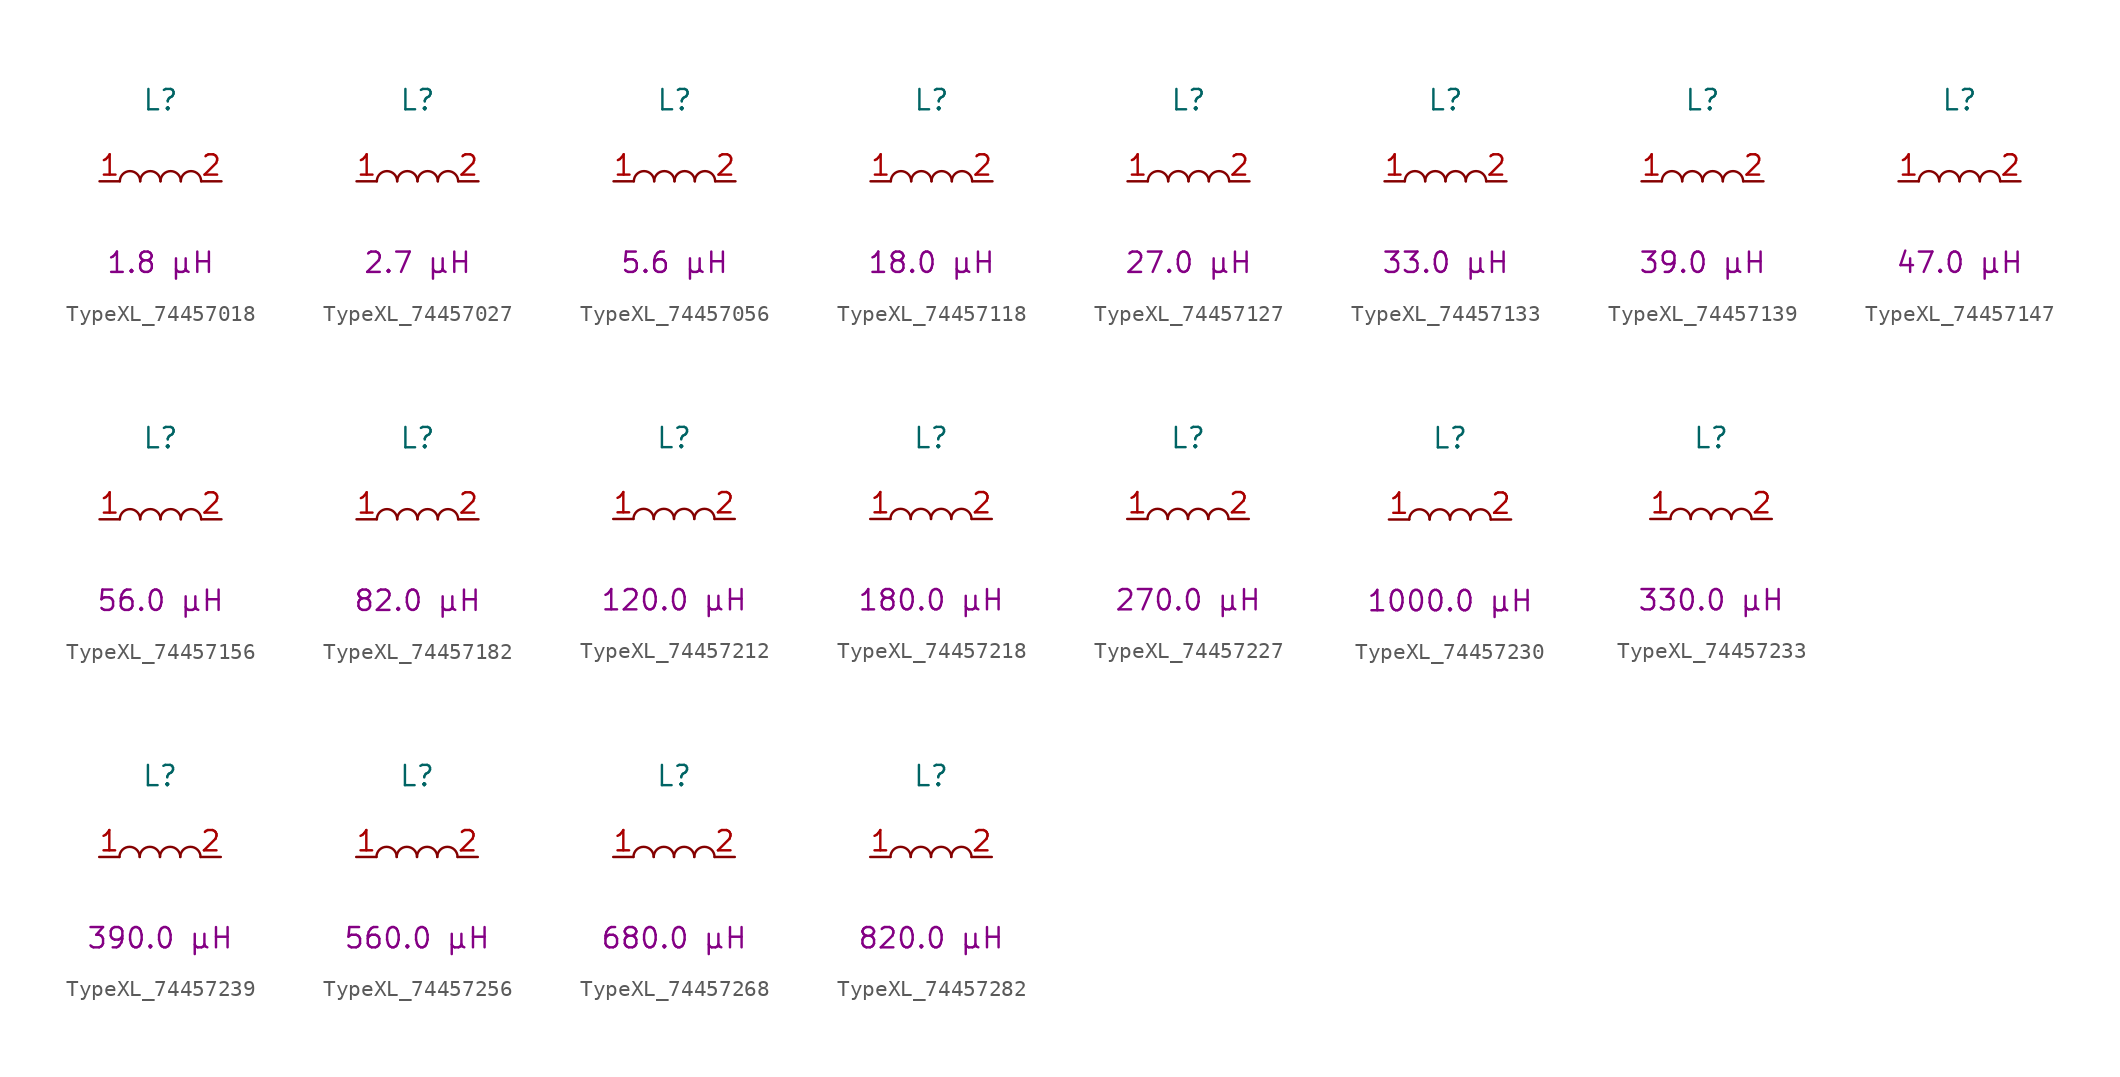
<source format=kicad_sym>
(kicad_symbol_lib
  (version 20220914)
  (generator kicad_symbol_editor)
  (symbol "TypeXL_74457018"
    (pin_names hide)
    (property "Reference" "L"
      (at 0 5.08 0)
      (effects (font (size 1.27 1.27))))
    (property "Critical Parameter" "1.8 µH"
      (at 0 -5.08 0)
      (effects (font (size 1.27 1.27))))
    (symbol "TypeXL_74457018_0_1"
      (arc (start -1.27 0) (mid -1.905 0.6323) (end -2.54 0) (stroke (width 0) (type default)) (fill (type none)))
      (arc (start 0 0) (mid -0.635 0.6323) (end -1.27 0) (stroke (width 0) (type default)) (fill (type none)))
      (arc (start 1.27 0) (mid 0.635 0.6323) (end 0 0) (stroke (width 0) (type default)) (fill (type none)))
      (arc (start 2.54 0) (mid 1.905 0.6323) (end 1.27 0) (stroke (width 0) (type default)) (fill (type none))))
    (symbol "TypeXL_74457018_1_1"
      (pin passive line (at -3.81 0 0) (length 1.27) (name "1" (effects (font (size 1.27 1.27)))) (number "1" (effects (font (size 1.27 1.27)))))
      (pin passive line (at 3.81 0 180) (length 1.27) (name "2" (effects (font (size 1.27 1.27)))) (number "2" (effects (font (size 1.27 1.27)))))))
  (symbol "TypeXL_74457027"
    (pin_names hide)
    (property "Reference" "L"
      (at 0 5.08 0)
      (effects (font (size 1.27 1.27))))
    (property "Critical Parameter" "2.7 µH"
      (at 0 -5.08 0)
      (effects (font (size 1.27 1.27))))
    (symbol "TypeXL_74457027_0_1"
      (arc (start -1.27 0) (mid -1.905 0.6323) (end -2.54 0) (stroke (width 0) (type default)) (fill (type none)))
      (arc (start 0 0) (mid -0.635 0.6323) (end -1.27 0) (stroke (width 0) (type default)) (fill (type none)))
      (arc (start 1.27 0) (mid 0.635 0.6323) (end 0 0) (stroke (width 0) (type default)) (fill (type none)))
      (arc (start 2.54 0) (mid 1.905 0.6323) (end 1.27 0) (stroke (width 0) (type default)) (fill (type none))))
    (symbol "TypeXL_74457027_1_1"
      (pin passive line (at -3.81 0 0) (length 1.27) (name "1" (effects (font (size 1.27 1.27)))) (number "1" (effects (font (size 1.27 1.27)))))
      (pin passive line (at 3.81 0 180) (length 1.27) (name "2" (effects (font (size 1.27 1.27)))) (number "2" (effects (font (size 1.27 1.27)))))))
  (symbol "TypeXL_74457056"
    (pin_names hide)
    (property "Reference" "L"
      (at 0 5.08 0)
      (effects (font (size 1.27 1.27))))
    (property "Critical Parameter" "5.6 µH"
      (at 0 -5.08 0)
      (effects (font (size 1.27 1.27))))
    (symbol "TypeXL_74457056_0_1"
      (arc (start -1.27 0) (mid -1.905 0.6323) (end -2.54 0) (stroke (width 0) (type default)) (fill (type none)))
      (arc (start 0 0) (mid -0.635 0.6323) (end -1.27 0) (stroke (width 0) (type default)) (fill (type none)))
      (arc (start 1.27 0) (mid 0.635 0.6323) (end 0 0) (stroke (width 0) (type default)) (fill (type none)))
      (arc (start 2.54 0) (mid 1.905 0.6323) (end 1.27 0) (stroke (width 0) (type default)) (fill (type none))))
    (symbol "TypeXL_74457056_1_1"
      (pin passive line (at -3.81 0 0) (length 1.27) (name "1" (effects (font (size 1.27 1.27)))) (number "1" (effects (font (size 1.27 1.27)))))
      (pin passive line (at 3.81 0 180) (length 1.27) (name "2" (effects (font (size 1.27 1.27)))) (number "2" (effects (font (size 1.27 1.27)))))))
  (symbol "TypeXL_74457118"
    (pin_names hide)
    (property "Reference" "L"
      (at 0 5.08 0)
      (effects (font (size 1.27 1.27))))
    (property "Critical Parameter" "18.0 µH"
      (at 0 -5.08 0)
      (effects (font (size 1.27 1.27))))
    (symbol "TypeXL_74457118_0_1"
      (arc (start -1.27 0) (mid -1.905 0.6323) (end -2.54 0) (stroke (width 0) (type default)) (fill (type none)))
      (arc (start 0 0) (mid -0.635 0.6323) (end -1.27 0) (stroke (width 0) (type default)) (fill (type none)))
      (arc (start 1.27 0) (mid 0.635 0.6323) (end 0 0) (stroke (width 0) (type default)) (fill (type none)))
      (arc (start 2.54 0) (mid 1.905 0.6323) (end 1.27 0) (stroke (width 0) (type default)) (fill (type none))))
    (symbol "TypeXL_74457118_1_1"
      (pin passive line (at -3.81 0 0) (length 1.27) (name "1" (effects (font (size 1.27 1.27)))) (number "1" (effects (font (size 1.27 1.27)))))
      (pin passive line (at 3.81 0 180) (length 1.27) (name "2" (effects (font (size 1.27 1.27)))) (number "2" (effects (font (size 1.27 1.27)))))))
  (symbol "TypeXL_74457127"
    (pin_names hide)
    (property "Reference" "L"
      (at 0 5.08 0)
      (effects (font (size 1.27 1.27))))
    (property "Critical Parameter" "27.0 µH"
      (at 0 -5.08 0)
      (effects (font (size 1.27 1.27))))
    (symbol "TypeXL_74457127_0_1"
      (arc (start -1.27 0) (mid -1.905 0.6323) (end -2.54 0) (stroke (width 0) (type default)) (fill (type none)))
      (arc (start 0 0) (mid -0.635 0.6323) (end -1.27 0) (stroke (width 0) (type default)) (fill (type none)))
      (arc (start 1.27 0) (mid 0.635 0.6323) (end 0 0) (stroke (width 0) (type default)) (fill (type none)))
      (arc (start 2.54 0) (mid 1.905 0.6323) (end 1.27 0) (stroke (width 0) (type default)) (fill (type none))))
    (symbol "TypeXL_74457127_1_1"
      (pin passive line (at -3.81 0 0) (length 1.27) (name "1" (effects (font (size 1.27 1.27)))) (number "1" (effects (font (size 1.27 1.27)))))
      (pin passive line (at 3.81 0 180) (length 1.27) (name "2" (effects (font (size 1.27 1.27)))) (number "2" (effects (font (size 1.27 1.27)))))))
  (symbol "TypeXL_74457133"
    (pin_names hide)
    (property "Reference" "L"
      (at 0 5.08 0)
      (effects (font (size 1.27 1.27))))
    (property "Critical Parameter" "33.0 µH"
      (at 0 -5.08 0)
      (effects (font (size 1.27 1.27))))
    (symbol "TypeXL_74457133_0_1"
      (arc (start -1.27 0) (mid -1.905 0.6323) (end -2.54 0) (stroke (width 0) (type default)) (fill (type none)))
      (arc (start 0 0) (mid -0.635 0.6323) (end -1.27 0) (stroke (width 0) (type default)) (fill (type none)))
      (arc (start 1.27 0) (mid 0.635 0.6323) (end 0 0) (stroke (width 0) (type default)) (fill (type none)))
      (arc (start 2.54 0) (mid 1.905 0.6323) (end 1.27 0) (stroke (width 0) (type default)) (fill (type none))))
    (symbol "TypeXL_74457133_1_1"
      (pin passive line (at -3.81 0 0) (length 1.27) (name "1" (effects (font (size 1.27 1.27)))) (number "1" (effects (font (size 1.27 1.27)))))
      (pin passive line (at 3.81 0 180) (length 1.27) (name "2" (effects (font (size 1.27 1.27)))) (number "2" (effects (font (size 1.27 1.27)))))))
  (symbol "TypeXL_74457139"
    (pin_names hide)
    (property "Reference" "L"
      (at 0 5.08 0)
      (effects (font (size 1.27 1.27))))
    (property "Critical Parameter" "39.0 µH"
      (at 0 -5.08 0)
      (effects (font (size 1.27 1.27))))
    (symbol "TypeXL_74457139_0_1"
      (arc (start -1.27 0) (mid -1.905 0.6323) (end -2.54 0) (stroke (width 0) (type default)) (fill (type none)))
      (arc (start 0 0) (mid -0.635 0.6323) (end -1.27 0) (stroke (width 0) (type default)) (fill (type none)))
      (arc (start 1.27 0) (mid 0.635 0.6323) (end 0 0) (stroke (width 0) (type default)) (fill (type none)))
      (arc (start 2.54 0) (mid 1.905 0.6323) (end 1.27 0) (stroke (width 0) (type default)) (fill (type none))))
    (symbol "TypeXL_74457139_1_1"
      (pin passive line (at -3.81 0 0) (length 1.27) (name "1" (effects (font (size 1.27 1.27)))) (number "1" (effects (font (size 1.27 1.27)))))
      (pin passive line (at 3.81 0 180) (length 1.27) (name "2" (effects (font (size 1.27 1.27)))) (number "2" (effects (font (size 1.27 1.27)))))))
  (symbol "TypeXL_74457147"
    (pin_names hide)
    (property "Reference" "L"
      (at 0 5.08 0)
      (effects (font (size 1.27 1.27))))
    (property "Critical Parameter" "47.0 µH"
      (at 0 -5.08 0)
      (effects (font (size 1.27 1.27))))
    (symbol "TypeXL_74457147_0_1"
      (arc (start -1.27 0) (mid -1.905 0.6323) (end -2.54 0) (stroke (width 0) (type default)) (fill (type none)))
      (arc (start 0 0) (mid -0.635 0.6323) (end -1.27 0) (stroke (width 0) (type default)) (fill (type none)))
      (arc (start 1.27 0) (mid 0.635 0.6323) (end 0 0) (stroke (width 0) (type default)) (fill (type none)))
      (arc (start 2.54 0) (mid 1.905 0.6323) (end 1.27 0) (stroke (width 0) (type default)) (fill (type none))))
    (symbol "TypeXL_74457147_1_1"
      (pin passive line (at -3.81 0 0) (length 1.27) (name "1" (effects (font (size 1.27 1.27)))) (number "1" (effects (font (size 1.27 1.27)))))
      (pin passive line (at 3.81 0 180) (length 1.27) (name "2" (effects (font (size 1.27 1.27)))) (number "2" (effects (font (size 1.27 1.27)))))))
  (symbol "TypeXL_74457156"
    (pin_names hide)
    (property "Reference" "L"
      (at 0 5.08 0)
      (effects (font (size 1.27 1.27))))
    (property "Critical Parameter" "56.0 µH"
      (at 0 -5.08 0)
      (effects (font (size 1.27 1.27))))
    (symbol "TypeXL_74457156_0_1"
      (arc (start -1.27 0) (mid -1.905 0.6323) (end -2.54 0) (stroke (width 0) (type default)) (fill (type none)))
      (arc (start 0 0) (mid -0.635 0.6323) (end -1.27 0) (stroke (width 0) (type default)) (fill (type none)))
      (arc (start 1.27 0) (mid 0.635 0.6323) (end 0 0) (stroke (width 0) (type default)) (fill (type none)))
      (arc (start 2.54 0) (mid 1.905 0.6323) (end 1.27 0) (stroke (width 0) (type default)) (fill (type none))))
    (symbol "TypeXL_74457156_1_1"
      (pin passive line (at -3.81 0 0) (length 1.27) (name "1" (effects (font (size 1.27 1.27)))) (number "1" (effects (font (size 1.27 1.27)))))
      (pin passive line (at 3.81 0 180) (length 1.27) (name "2" (effects (font (size 1.27 1.27)))) (number "2" (effects (font (size 1.27 1.27)))))))
  (symbol "TypeXL_74457182"
    (pin_names hide)
    (property "Reference" "L"
      (at 0 5.08 0)
      (effects (font (size 1.27 1.27))))
    (property "Critical Parameter" "82.0 µH"
      (at 0 -5.08 0)
      (effects (font (size 1.27 1.27))))
    (symbol "TypeXL_74457182_0_1"
      (arc (start -1.27 0) (mid -1.905 0.6323) (end -2.54 0) (stroke (width 0) (type default)) (fill (type none)))
      (arc (start 0 0) (mid -0.635 0.6323) (end -1.27 0) (stroke (width 0) (type default)) (fill (type none)))
      (arc (start 1.27 0) (mid 0.635 0.6323) (end 0 0) (stroke (width 0) (type default)) (fill (type none)))
      (arc (start 2.54 0) (mid 1.905 0.6323) (end 1.27 0) (stroke (width 0) (type default)) (fill (type none))))
    (symbol "TypeXL_74457182_1_1"
      (pin passive line (at -3.81 0 0) (length 1.27) (name "1" (effects (font (size 1.27 1.27)))) (number "1" (effects (font (size 1.27 1.27)))))
      (pin passive line (at 3.81 0 180) (length 1.27) (name "2" (effects (font (size 1.27 1.27)))) (number "2" (effects (font (size 1.27 1.27)))))))
  (symbol "TypeXL_74457212"
    (pin_names hide)
    (property "Reference" "L"
      (at 0 5.08 0)
      (effects (font (size 1.27 1.27))))
    (property "Critical Parameter" "120.0 µH"
      (at 0 -5.08 0)
      (effects (font (size 1.27 1.27))))
    (symbol "TypeXL_74457212_0_1"
      (arc (start -1.27 0) (mid -1.905 0.6323) (end -2.54 0) (stroke (width 0) (type default)) (fill (type none)))
      (arc (start 0 0) (mid -0.635 0.6323) (end -1.27 0) (stroke (width 0) (type default)) (fill (type none)))
      (arc (start 1.27 0) (mid 0.635 0.6323) (end 0 0) (stroke (width 0) (type default)) (fill (type none)))
      (arc (start 2.54 0) (mid 1.905 0.6323) (end 1.27 0) (stroke (width 0) (type default)) (fill (type none))))
    (symbol "TypeXL_74457212_1_1"
      (pin passive line (at -3.81 0 0) (length 1.27) (name "1" (effects (font (size 1.27 1.27)))) (number "1" (effects (font (size 1.27 1.27)))))
      (pin passive line (at 3.81 0 180) (length 1.27) (name "2" (effects (font (size 1.27 1.27)))) (number "2" (effects (font (size 1.27 1.27)))))))
  (symbol "TypeXL_74457218"
    (pin_names hide)
    (property "Reference" "L"
      (at 0 5.08 0)
      (effects (font (size 1.27 1.27))))
    (property "Critical Parameter" "180.0 µH"
      (at 0 -5.08 0)
      (effects (font (size 1.27 1.27))))
    (symbol "TypeXL_74457218_0_1"
      (arc (start -1.27 0) (mid -1.905 0.6323) (end -2.54 0) (stroke (width 0) (type default)) (fill (type none)))
      (arc (start 0 0) (mid -0.635 0.6323) (end -1.27 0) (stroke (width 0) (type default)) (fill (type none)))
      (arc (start 1.27 0) (mid 0.635 0.6323) (end 0 0) (stroke (width 0) (type default)) (fill (type none)))
      (arc (start 2.54 0) (mid 1.905 0.6323) (end 1.27 0) (stroke (width 0) (type default)) (fill (type none))))
    (symbol "TypeXL_74457218_1_1"
      (pin passive line (at -3.81 0 0) (length 1.27) (name "1" (effects (font (size 1.27 1.27)))) (number "1" (effects (font (size 1.27 1.27)))))
      (pin passive line (at 3.81 0 180) (length 1.27) (name "2" (effects (font (size 1.27 1.27)))) (number "2" (effects (font (size 1.27 1.27)))))))
  (symbol "TypeXL_74457227"
    (pin_names hide)
    (property "Reference" "L"
      (at 0 5.08 0)
      (effects (font (size 1.27 1.27))))
    (property "Critical Parameter" "270.0 µH"
      (at 0 -5.08 0)
      (effects (font (size 1.27 1.27))))
    (symbol "TypeXL_74457227_0_1"
      (arc (start -1.27 0) (mid -1.905 0.6323) (end -2.54 0) (stroke (width 0) (type default)) (fill (type none)))
      (arc (start 0 0) (mid -0.635 0.6323) (end -1.27 0) (stroke (width 0) (type default)) (fill (type none)))
      (arc (start 1.27 0) (mid 0.635 0.6323) (end 0 0) (stroke (width 0) (type default)) (fill (type none)))
      (arc (start 2.54 0) (mid 1.905 0.6323) (end 1.27 0) (stroke (width 0) (type default)) (fill (type none))))
    (symbol "TypeXL_74457227_1_1"
      (pin passive line (at -3.81 0 0) (length 1.27) (name "1" (effects (font (size 1.27 1.27)))) (number "1" (effects (font (size 1.27 1.27)))))
      (pin passive line (at 3.81 0 180) (length 1.27) (name "2" (effects (font (size 1.27 1.27)))) (number "2" (effects (font (size 1.27 1.27)))))))
  (symbol "TypeXL_74457230"
    (pin_names hide)
    (property "Reference" "L"
      (at 0 5.08 0)
      (effects (font (size 1.27 1.27))))
    (property "Critical Parameter" "1000.0 µH"
      (at 0 -5.08 0)
      (effects (font (size 1.27 1.27))))
    (symbol "TypeXL_74457230_0_1"
      (arc (start -1.27 0) (mid -1.905 0.6323) (end -2.54 0) (stroke (width 0) (type default)) (fill (type none)))
      (arc (start 0 0) (mid -0.635 0.6323) (end -1.27 0) (stroke (width 0) (type default)) (fill (type none)))
      (arc (start 1.27 0) (mid 0.635 0.6323) (end 0 0) (stroke (width 0) (type default)) (fill (type none)))
      (arc (start 2.54 0) (mid 1.905 0.6323) (end 1.27 0) (stroke (width 0) (type default)) (fill (type none))))
    (symbol "TypeXL_74457230_1_1"
      (pin passive line (at -3.81 0 0) (length 1.27) (name "1" (effects (font (size 1.27 1.27)))) (number "1" (effects (font (size 1.27 1.27)))))
      (pin passive line (at 3.81 0 180) (length 1.27) (name "2" (effects (font (size 1.27 1.27)))) (number "2" (effects (font (size 1.27 1.27)))))))
  (symbol "TypeXL_74457233"
    (pin_names hide)
    (property "Reference" "L"
      (at 0 5.08 0)
      (effects (font (size 1.27 1.27))))
    (property "Critical Parameter" "330.0 µH"
      (at 0 -5.08 0)
      (effects (font (size 1.27 1.27))))
    (symbol "TypeXL_74457233_0_1"
      (arc (start -1.27 0) (mid -1.905 0.6323) (end -2.54 0) (stroke (width 0) (type default)) (fill (type none)))
      (arc (start 0 0) (mid -0.635 0.6323) (end -1.27 0) (stroke (width 0) (type default)) (fill (type none)))
      (arc (start 1.27 0) (mid 0.635 0.6323) (end 0 0) (stroke (width 0) (type default)) (fill (type none)))
      (arc (start 2.54 0) (mid 1.905 0.6323) (end 1.27 0) (stroke (width 0) (type default)) (fill (type none))))
    (symbol "TypeXL_74457233_1_1"
      (pin passive line (at -3.81 0 0) (length 1.27) (name "1" (effects (font (size 1.27 1.27)))) (number "1" (effects (font (size 1.27 1.27)))))
      (pin passive line (at 3.81 0 180) (length 1.27) (name "2" (effects (font (size 1.27 1.27)))) (number "2" (effects (font (size 1.27 1.27)))))))
  (symbol "TypeXL_74457239"
    (pin_names hide)
    (property "Reference" "L"
      (at 0 5.08 0)
      (effects (font (size 1.27 1.27))))
    (property "Critical Parameter" "390.0 µH"
      (at 0 -5.08 0)
      (effects (font (size 1.27 1.27))))
    (symbol "TypeXL_74457239_0_1"
      (arc (start -1.27 0) (mid -1.905 0.6323) (end -2.54 0) (stroke (width 0) (type default)) (fill (type none)))
      (arc (start 0 0) (mid -0.635 0.6323) (end -1.27 0) (stroke (width 0) (type default)) (fill (type none)))
      (arc (start 1.27 0) (mid 0.635 0.6323) (end 0 0) (stroke (width 0) (type default)) (fill (type none)))
      (arc (start 2.54 0) (mid 1.905 0.6323) (end 1.27 0) (stroke (width 0) (type default)) (fill (type none))))
    (symbol "TypeXL_74457239_1_1"
      (pin passive line (at -3.81 0 0) (length 1.27) (name "1" (effects (font (size 1.27 1.27)))) (number "1" (effects (font (size 1.27 1.27)))))
      (pin passive line (at 3.81 0 180) (length 1.27) (name "2" (effects (font (size 1.27 1.27)))) (number "2" (effects (font (size 1.27 1.27)))))))
  (symbol "TypeXL_74457256"
    (pin_names hide)
    (property "Reference" "L"
      (at 0 5.08 0)
      (effects (font (size 1.27 1.27))))
    (property "Critical Parameter" "560.0 µH"
      (at 0 -5.08 0)
      (effects (font (size 1.27 1.27))))
    (symbol "TypeXL_74457256_0_1"
      (arc (start -1.27 0) (mid -1.905 0.6323) (end -2.54 0) (stroke (width 0) (type default)) (fill (type none)))
      (arc (start 0 0) (mid -0.635 0.6323) (end -1.27 0) (stroke (width 0) (type default)) (fill (type none)))
      (arc (start 1.27 0) (mid 0.635 0.6323) (end 0 0) (stroke (width 0) (type default)) (fill (type none)))
      (arc (start 2.54 0) (mid 1.905 0.6323) (end 1.27 0) (stroke (width 0) (type default)) (fill (type none))))
    (symbol "TypeXL_74457256_1_1"
      (pin passive line (at -3.81 0 0) (length 1.27) (name "1" (effects (font (size 1.27 1.27)))) (number "1" (effects (font (size 1.27 1.27)))))
      (pin passive line (at 3.81 0 180) (length 1.27) (name "2" (effects (font (size 1.27 1.27)))) (number "2" (effects (font (size 1.27 1.27)))))))
  (symbol "TypeXL_74457268"
    (pin_names hide)
    (property "Reference" "L"
      (at 0 5.08 0)
      (effects (font (size 1.27 1.27))))
    (property "Critical Parameter" "680.0 µH"
      (at 0 -5.08 0)
      (effects (font (size 1.27 1.27))))
    (symbol "TypeXL_74457268_0_1"
      (arc (start -1.27 0) (mid -1.905 0.6323) (end -2.54 0) (stroke (width 0) (type default)) (fill (type none)))
      (arc (start 0 0) (mid -0.635 0.6323) (end -1.27 0) (stroke (width 0) (type default)) (fill (type none)))
      (arc (start 1.27 0) (mid 0.635 0.6323) (end 0 0) (stroke (width 0) (type default)) (fill (type none)))
      (arc (start 2.54 0) (mid 1.905 0.6323) (end 1.27 0) (stroke (width 0) (type default)) (fill (type none))))
    (symbol "TypeXL_74457268_1_1"
      (pin passive line (at -3.81 0 0) (length 1.27) (name "1" (effects (font (size 1.27 1.27)))) (number "1" (effects (font (size 1.27 1.27)))))
      (pin passive line (at 3.81 0 180) (length 1.27) (name "2" (effects (font (size 1.27 1.27)))) (number "2" (effects (font (size 1.27 1.27)))))))
  (symbol "TypeXL_74457282"
    (pin_names hide)
    (property "Reference" "L"
      (at 0 5.08 0)
      (effects (font (size 1.27 1.27))))
    (property "Critical Parameter" "820.0 µH"
      (at 0 -5.08 0)
      (effects (font (size 1.27 1.27))))
    (symbol "TypeXL_74457282_0_1"
      (arc (start -1.27 0) (mid -1.905 0.6323) (end -2.54 0) (stroke (width 0) (type default)) (fill (type none)))
      (arc (start 0 0) (mid -0.635 0.6323) (end -1.27 0) (stroke (width 0) (type default)) (fill (type none)))
      (arc (start 1.27 0) (mid 0.635 0.6323) (end 0 0) (stroke (width 0) (type default)) (fill (type none)))
      (arc (start 2.54 0) (mid 1.905 0.6323) (end 1.27 0) (stroke (width 0) (type default)) (fill (type none))))
    (symbol "TypeXL_74457282_1_1"
      (pin passive line (at -3.81 0 0) (length 1.27) (name "1" (effects (font (size 1.27 1.27)))) (number "1" (effects (font (size 1.27 1.27)))))
      (pin passive line (at 3.81 0 180) (length 1.27) (name "2" (effects (font (size 1.27 1.27)))) (number "2" (effects (font (size 1.27 1.27))))))))
</source>
